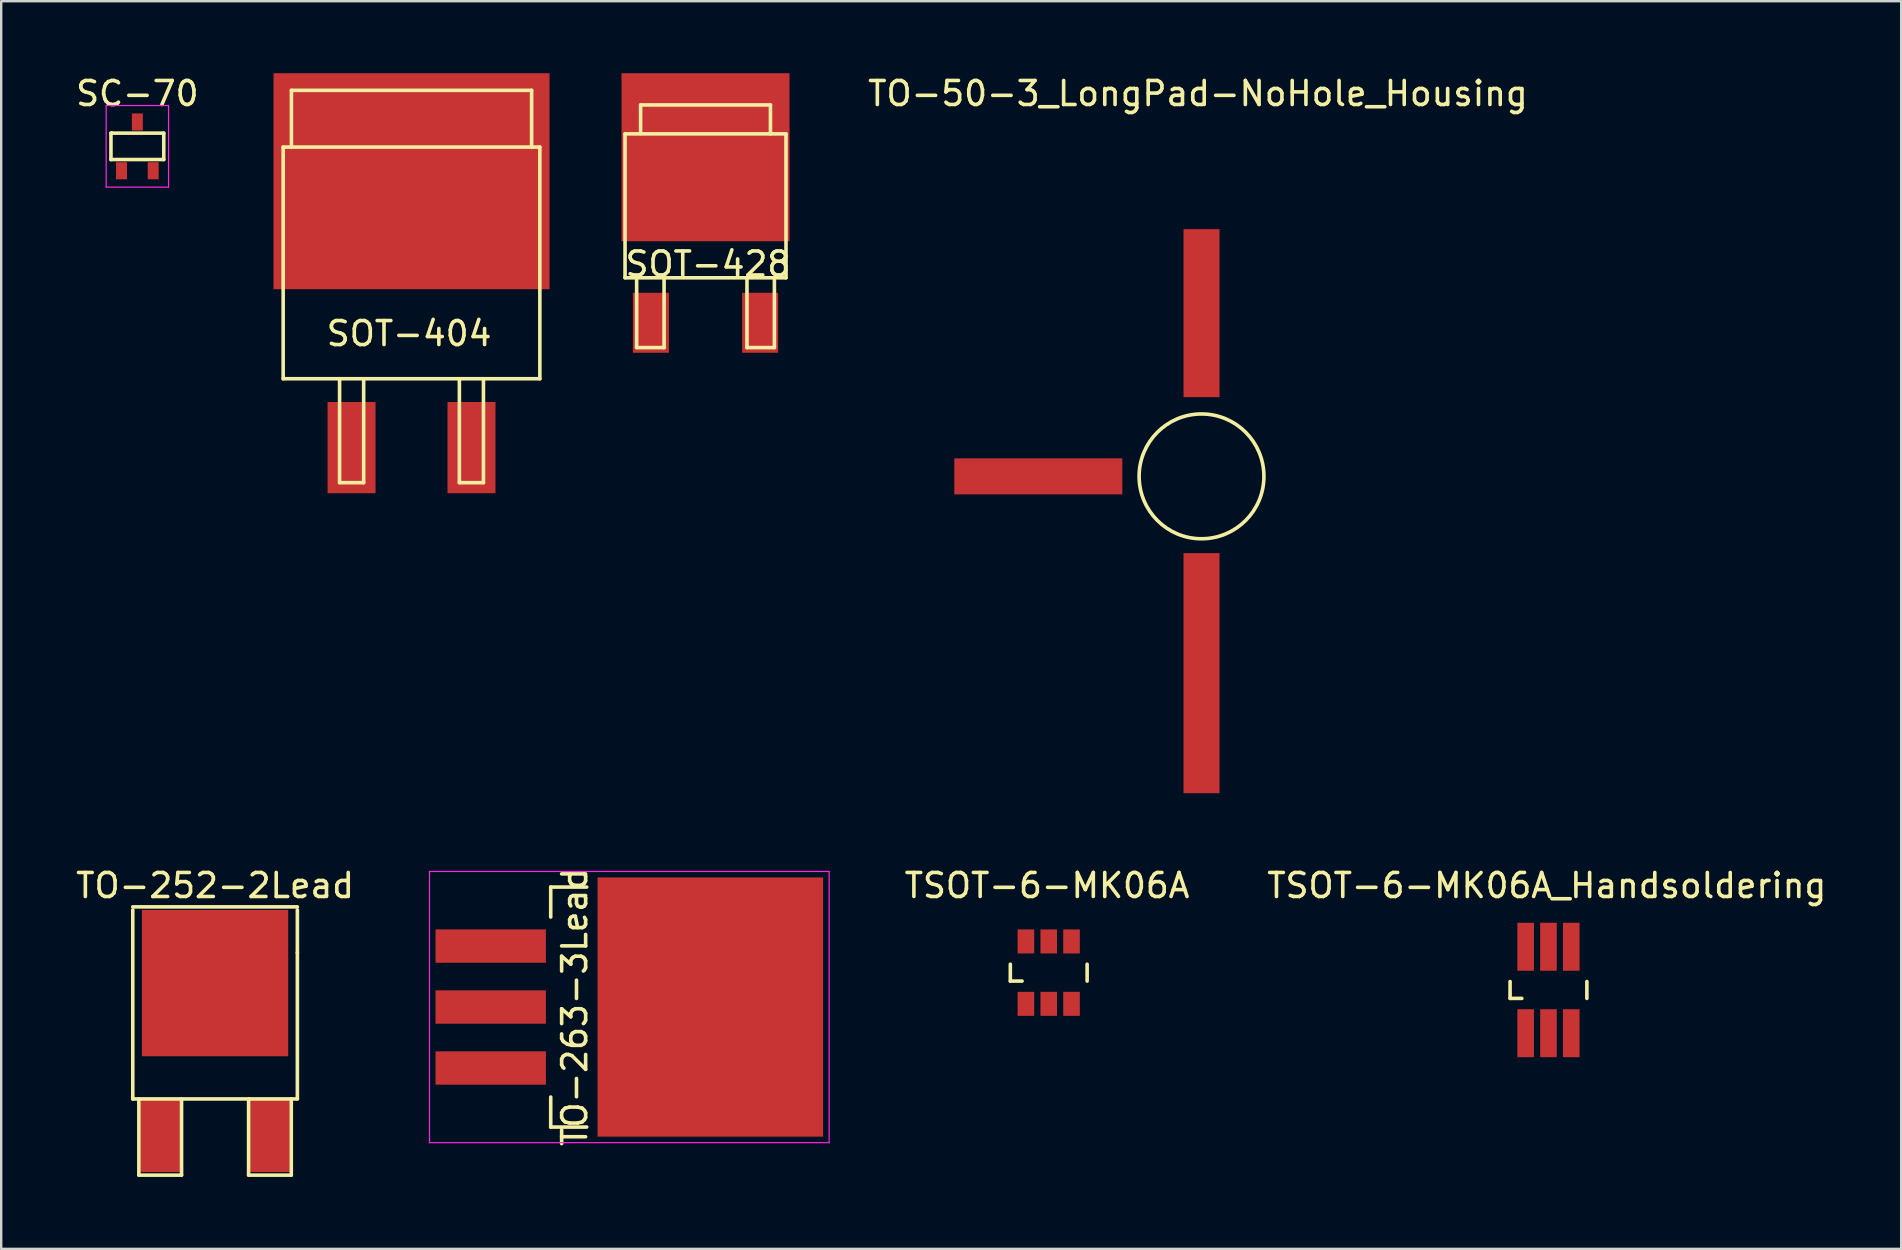
<source format=kicad_pcb>
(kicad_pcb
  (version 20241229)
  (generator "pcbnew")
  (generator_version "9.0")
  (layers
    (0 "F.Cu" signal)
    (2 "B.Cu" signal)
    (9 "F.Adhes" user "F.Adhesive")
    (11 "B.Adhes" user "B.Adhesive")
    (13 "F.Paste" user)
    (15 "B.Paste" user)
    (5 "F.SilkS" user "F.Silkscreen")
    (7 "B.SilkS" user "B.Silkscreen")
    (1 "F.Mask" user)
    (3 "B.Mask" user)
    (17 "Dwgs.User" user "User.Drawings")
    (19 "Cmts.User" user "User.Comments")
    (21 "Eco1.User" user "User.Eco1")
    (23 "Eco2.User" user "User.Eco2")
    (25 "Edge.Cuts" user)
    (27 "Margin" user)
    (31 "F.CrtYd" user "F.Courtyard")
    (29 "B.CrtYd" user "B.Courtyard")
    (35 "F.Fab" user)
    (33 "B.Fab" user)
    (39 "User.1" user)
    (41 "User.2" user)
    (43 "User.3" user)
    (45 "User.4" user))
  (footprint "TSOT-6-MK06A"
    (layer "F.Cu")
    (at 40.646 37.476)
    (property "Reference" "TSOT-6-MK06A" (at -0.071 -3.63 0) (layer "F.SilkS") (effects (font (size 1 1) (thickness 0.15))))
    (attr smd)
    (fp_line (start -1.6 -0.351) (end -1.6 0.351) (stroke (width 0.15) (type solid)) (layer "F.SilkS"))
    (fp_line (start -1.6 0.351) (end -1.11 0.351) (stroke (width 0.15) (type solid)) (layer "F.SilkS"))
    (fp_line (start 1.6 -0.351) (end 1.6 0.351) (stroke (width 0.15) (type solid)) (layer "F.SilkS"))
    (pad "1" smd rect (at -0.95 1.3) (size 0.691 1.001) (layers "F.Cu" "F.Mask" "F.Paste"))
    (pad "2" smd rect (at 0 1.3) (size 0.691 1.001) (layers "F.Cu" "F.Mask" "F.Paste"))
    (pad "3" smd rect (at 0.95 1.3) (size 0.691 1.001) (layers "F.Cu" "F.Mask" "F.Paste"))
    (pad "4" smd rect (at 0.95 -1.3) (size 0.691 1.001) (layers "F.Cu" "F.Mask" "F.Paste"))
    (pad "5" smd rect (at 0 -1.3) (size 0.691 1.001) (layers "F.Cu" "F.Mask" "F.Paste"))
    (pad "6" smd rect (at -0.95 -1.3) (size 0.691 1.001) (layers "F.Cu" "F.Mask" "F.Paste")))
  (footprint "SOT-428"
    (layer "F.Cu")
    (at 26.346 6.949)
    (property "Reference" "SOT-428" (at 0.099 1.001 0) (layer "F.SilkS") (effects (font (size 1 1) (thickness 0.15))))
    (attr smd)
    (fp_line (start -3.353 -4.42) (end -3.353 1.575) (stroke (width 0.15) (type solid)) (layer "F.SilkS"))
    (fp_line (start -2.87 1.575) (end -2.87 4.483) (stroke (width 0.15) (type solid)) (layer "F.SilkS"))
    (fp_line (start -2.87 4.483) (end -1.727 4.483) (stroke (width 0.15) (type solid)) (layer "F.SilkS"))
    (fp_line (start -2.705 -5.626) (end 2.705 -5.626) (stroke (width 0.15) (type solid)) (layer "F.SilkS"))
    (fp_line (start -2.705 -4.432) (end -2.705 -5.626) (stroke (width 0.15) (type solid)) (layer "F.SilkS"))
    (fp_line (start -1.727 4.483) (end -1.727 1.575) (stroke (width 0.15) (type solid)) (layer "F.SilkS"))
    (fp_line (start 1.727 1.575) (end 1.727 4.483) (stroke (width 0.15) (type solid)) (layer "F.SilkS"))
    (fp_line (start 1.727 4.483) (end 2.87 4.483) (stroke (width 0.15) (type solid)) (layer "F.SilkS"))
    (fp_line (start 2.705 -5.626) (end 2.705 -4.42) (stroke (width 0.15) (type solid)) (layer "F.SilkS"))
    (fp_line (start 2.87 4.483) (end 2.87 1.575) (stroke (width 0.15) (type solid)) (layer "F.SilkS"))
    (fp_line (start 3.353 -4.42) (end -3.353 -4.42) (stroke (width 0.15) (type solid)) (layer "F.SilkS"))
    (fp_line (start 3.353 1.575) (end -3.353 1.575) (stroke (width 0.15) (type solid)) (layer "F.SilkS"))
    (fp_line (start 3.353 1.575) (end 3.353 -4.42) (stroke (width 0.15) (type solid)) (layer "F.SilkS"))
    (pad "1" smd rect (at -2.276 3.449) (size 1.501 2.499) (layers "F.Cu" "F.Mask" "F.Paste"))
    (pad "2" smd rect (at 0 -3.449) (size 7 7) (layers "F.Cu" "F.Mask" "F.Paste"))
    (pad "3" smd rect (at 2.276 3.449) (size 1.501 2.499) (layers "F.Cu" "F.Mask" "F.Paste")))
  (footprint "TO-252-2Lead"
    (layer "F.Cu")
    (at 5.911 44.261)
    (property "Reference" "TO-252-2Lead" (at 0 -10.414 0) (layer "F.SilkS") (effects (font (size 1 1) (thickness 0.15))))
    (attr smd)
    (fp_line (start -3.429 -9.525) (end 3.429 -9.525) (stroke (width 0.15) (type solid)) (layer "F.SilkS"))
    (fp_line (start -3.429 -1.524) (end -3.429 -9.398) (stroke (width 0.15) (type solid)) (layer "F.SilkS"))
    (fp_line (start -3.175 -1.524) (end -3.175 1.651) (stroke (width 0.15) (type solid)) (layer "F.SilkS"))
    (fp_line (start -3.175 1.651) (end -1.397 1.651) (stroke (width 0.15) (type solid)) (layer "F.SilkS"))
    (fp_line (start -1.397 1.651) (end -1.397 -1.524) (stroke (width 0.15) (type solid)) (layer "F.SilkS"))
    (fp_line (start 1.397 -1.524) (end 1.397 1.651) (stroke (width 0.15) (type solid)) (layer "F.SilkS"))
    (fp_line (start 1.397 1.651) (end 3.175 1.651) (stroke (width 0.15) (type solid)) (layer "F.SilkS"))
    (fp_line (start 3.175 1.651) (end 3.175 -1.524) (stroke (width 0.15) (type solid)) (layer "F.SilkS"))
    (fp_line (start 3.429 -9.398) (end 3.429 -7.62) (stroke (width 0.15) (type solid)) (layer "F.SilkS"))
    (fp_line (start 3.429 -7.62) (end 3.429 -1.524) (stroke (width 0.15) (type solid)) (layer "F.SilkS"))
    (fp_line (start 3.429 -1.524) (end -3.429 -1.524) (stroke (width 0.15) (type solid)) (layer "F.SilkS"))
    (pad "1" smd rect (at -2.286 0) (size 1.651 3.048) (layers "F.Cu" "F.Mask" "F.Paste"))
    (pad "2" smd rect (at 0 -6.35) (size 6.096 6.096) (layers "F.Cu" "F.Mask" "F.Paste"))
    (pad "3" smd rect (at 2.286 0) (size 1.651 3.048) (layers "F.Cu" "F.Mask" "F.Paste")))
  (footprint "TSOT-6-MK06A_Handsoldering"
    (layer "F.Cu")
    (at 61.468 38.198)
    (property "Reference" "TSOT-6-MK06A_Handsoldering" (at -0.071 -4.351 0) (layer "F.SilkS") (effects (font (size 1 1) (thickness 0.15))))
    (attr smd)
    (fp_line (start -1.6 -0.351) (end -1.6 0.351) (stroke (width 0.15) (type solid)) (layer "F.SilkS"))
    (fp_line (start -1.6 0.351) (end -1.11 0.351) (stroke (width 0.15) (type solid)) (layer "F.SilkS"))
    (fp_line (start 1.6 -0.351) (end 1.6 0.351) (stroke (width 0.15) (type solid)) (layer "F.SilkS"))
    (pad "1" smd rect (at -0.95 1.801) (size 0.691 1.999) (layers "F.Cu" "F.Mask" "F.Paste"))
    (pad "2" smd rect (at 0 1.801) (size 0.691 1.999) (layers "F.Cu" "F.Mask" "F.Paste"))
    (pad "3" smd rect (at 0.95 1.801) (size 0.691 1.999) (layers "F.Cu" "F.Mask" "F.Paste"))
    (pad "4" smd rect (at 0.95 -1.801) (size 0.691 1.999) (layers "F.Cu" "F.Mask" "F.Paste"))
    (pad "5" smd rect (at 0 -1.801) (size 0.691 1.999) (layers "F.Cu" "F.Mask" "F.Paste"))
    (pad "6" smd rect (at -0.95 -1.801) (size 0.691 1.999) (layers "F.Cu" "F.Mask" "F.Paste")))
  (footprint "TO-50-3_LongPad-NoHole_Housing"
    (layer "F.Cu")
    (at 47.012 16.798)
    (property "Reference" "TO-50-3_LongPad-NoHole_Housing" (at -0.15 -15.95 0) (layer "F.SilkS") (effects (font (size 1 1) (thickness 0.15))))
    (attr smd)
    (fp_circle (center 0 0) (end 2.6 0) (stroke (width 0.15) (type solid)) (fill no) (layer "F.SilkS"))
    (pad "1" smd rect (at 0 -6.8) (size 1.5 7) (layers "F.Cu" "F.Mask" "F.Paste"))
    (pad "2" smd rect (at -6.8 0) (size 7 1.5) (layers "F.Cu" "F.Mask" "F.Paste"))
    (pad "3" smd rect (at 0 8.2) (size 1.5 10) (layers "F.Cu" "F.Mask" "F.Paste")))
  (footprint "SOT-404"
    (layer "F.Cu")
    (at 14.096 10.05)
    (property "Reference" "SOT-404" (at -0.099 0.8 0) (layer "F.SilkS") (effects (font (size 1 1) (thickness 0.15))))
    (attr smd)
    (fp_line (start -5.347 -6.972) (end 5.347 -6.972) (stroke (width 0.15) (type solid)) (layer "F.SilkS"))
    (fp_line (start -5.347 2.68) (end -5.347 -6.972) (stroke (width 0.15) (type solid)) (layer "F.SilkS"))
    (fp_line (start -5.004 -9.335) (end 5.004 -9.335) (stroke (width 0.15) (type solid)) (layer "F.SilkS"))
    (fp_line (start -5.004 -6.972) (end -5.004 -9.335) (stroke (width 0.15) (type solid)) (layer "F.SilkS"))
    (fp_line (start -2.997 2.68) (end -2.997 7.01) (stroke (width 0.15) (type solid)) (layer "F.SilkS"))
    (fp_line (start -2.997 7.01) (end -1.994 7.01) (stroke (width 0.15) (type solid)) (layer "F.SilkS"))
    (fp_line (start -1.994 7.01) (end -1.994 2.68) (stroke (width 0.15) (type solid)) (layer "F.SilkS"))
    (fp_line (start 1.994 2.68) (end 1.994 7.01) (stroke (width 0.15) (type solid)) (layer "F.SilkS"))
    (fp_line (start 1.994 7.01) (end 2.997 7.01) (stroke (width 0.15) (type solid)) (layer "F.SilkS"))
    (fp_line (start 2.997 7.01) (end 2.997 2.68) (stroke (width 0.15) (type solid)) (layer "F.SilkS"))
    (fp_line (start 5.004 -9.335) (end 5.004 -6.972) (stroke (width 0.15) (type solid)) (layer "F.SilkS"))
    (fp_line (start 5.347 -6.972) (end 5.347 2.68) (stroke (width 0.15) (type solid)) (layer "F.SilkS"))
    (fp_line (start 5.347 2.68) (end -5.347 2.68) (stroke (width 0.15) (type solid)) (layer "F.SilkS"))
    (pad "1" smd rect (at -2.499 5.55) (size 1.999 3.8) (layers "F.Cu" "F.Mask" "F.Paste"))
    (pad "2" smd rect (at 0 -5.55) (size 11.501 8.999) (layers "F.Cu" "F.Mask" "F.Paste"))
    (pad "3" smd rect (at 2.499 5.55) (size 1.999 3.8) (layers "F.Cu" "F.Mask" "F.Paste")))
  (footprint "TO-263-3Lead"
    (layer "F.Cu")
    (at 17.396 38.909)
    (property "Reference" "TO-263-3Lead" (at 3.5 0 90) (layer "F.SilkS") (effects (font (size 1 1) (thickness 0.15))))
    (attr smd)
    (fp_line (start 2.5 -5) (end 2.5 -3.75) (stroke (width 0.15) (type solid)) (layer "F.SilkS"))
    (fp_line (start 2.5 -5) (end 4 -5) (stroke (width 0.15) (type solid)) (layer "F.SilkS"))
    (fp_line (start 2.5 5) (end 2.5 3.75) (stroke (width 0.15) (type solid)) (layer "F.SilkS"))
    (fp_line (start 2.5 5) (end 4 5) (stroke (width 0.15) (type solid)) (layer "F.SilkS"))
    (fp_line (start -2.55 -5.65) (end -2.55 5.65) (stroke (width 0.05) (type solid)) (layer "F.CrtYd"))
    (fp_line (start 14.1 -5.65) (end -2.55 -5.65) (stroke (width 0.05) (type solid)) (layer "F.CrtYd"))
    (fp_line (start 14.1 -5.65) (end 14.1 5.65) (stroke (width 0.05) (type solid)) (layer "F.CrtYd"))
    (fp_line (start 14.1 5.65) (end -2.55 5.65) (stroke (width 0.05) (type solid)) (layer "F.CrtYd"))
    (pad "1" smd rect (at 0 -2.54) (size 4.6 1.39) (layers "F.Cu" "F.Mask" "F.Paste"))
    (pad "2" smd rect (at 0 0) (size 4.6 1.39) (layers "F.Cu" "F.Mask" "F.Paste"))
    (pad "3" smd rect (at 0 2.54) (size 4.6 1.39) (layers "F.Cu" "F.Mask" "F.Paste"))
    (pad "4" smd rect (at 9.15 0) (size 9.4 10.8) (layers "F.Cu" "F.Mask" "F.Paste")))
  (footprint "SC-70"
    (layer "F.Cu")
    (at 2.673 3.048)
    (property "Reference" "SC-70" (at 0 -2.2 0) (layer "F.SilkS") (effects (font (size 1 1) (thickness 0.15))))
    (attr smd)
    (fp_line (start -1.1 -0.55) (end -1.1 0.55) (stroke (width 0.15) (type solid)) (layer "F.SilkS"))
    (fp_line (start -1.1 0.55) (end 1.1 0.55) (stroke (width 0.15) (type solid)) (layer "F.SilkS"))
    (fp_line (start -1.05 -0.55) (end -1.1 -0.55) (stroke (width 0.15) (type solid)) (layer "F.SilkS"))
    (fp_line (start 1.1 -0.55) (end -1.05 -0.55) (stroke (width 0.15) (type solid)) (layer "F.SilkS"))
    (fp_line (start 1.1 0.55) (end 1.1 -0.55) (stroke (width 0.15) (type solid)) (layer "F.SilkS"))
    (fp_line (start -1.3 -1.7) (end 1.3 -1.7) (stroke (width 0.05) (type solid)) (layer "F.CrtYd"))
    (fp_line (start -1.3 1.7) (end -1.3 -1.7) (stroke (width 0.05) (type solid)) (layer "F.CrtYd"))
    (fp_line (start 1.3 -1.7) (end 1.3 1.7) (stroke (width 0.05) (type solid)) (layer "F.CrtYd"))
    (fp_line (start 1.3 1.7) (end -1.3 1.7) (stroke (width 0.05) (type solid)) (layer "F.CrtYd"))
    (pad "1" smd rect (at -0.66 1.016) (size 0.457 0.711) (layers "F.Cu" "F.Mask" "F.Paste"))
    (pad "2" smd rect (at 0.66 1.016) (size 0.457 0.711) (layers "F.Cu" "F.Mask" "F.Paste"))
    (pad "3" smd rect (at 0 -1.016) (size 0.457 0.711) (layers "F.Cu" "F.Mask" "F.Paste")))
  (gr_rect
    (start -3 -3)
    (end 76.164 48.986)
    (stroke (width 0.1) (type default))
    (fill no)
    (layer "Edge.Cuts")))
</source>
